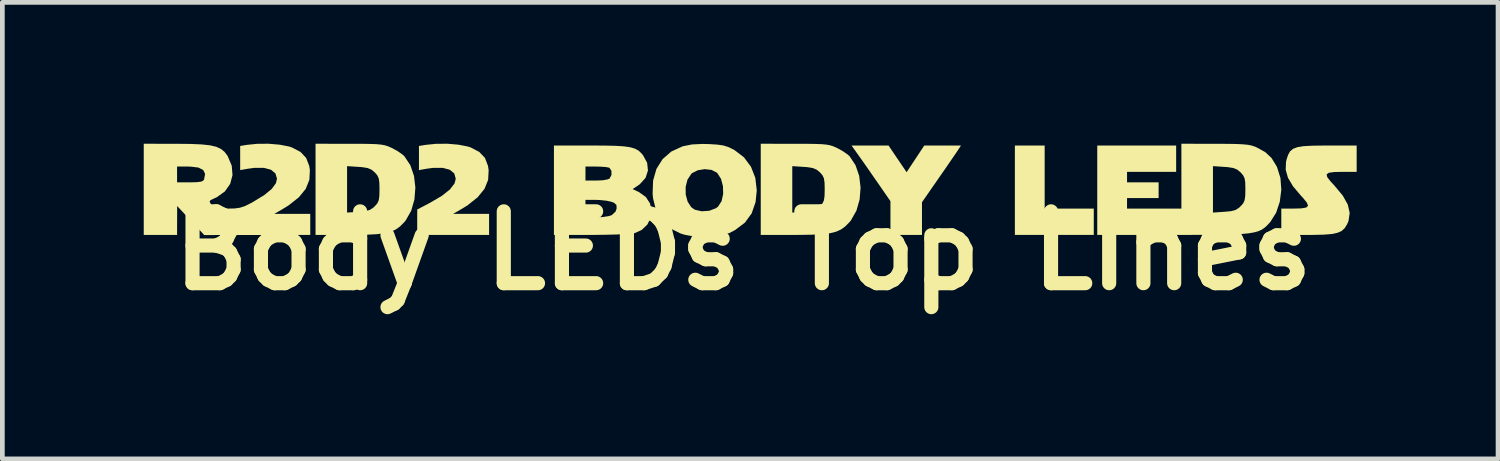
<source format=kicad_pcb>
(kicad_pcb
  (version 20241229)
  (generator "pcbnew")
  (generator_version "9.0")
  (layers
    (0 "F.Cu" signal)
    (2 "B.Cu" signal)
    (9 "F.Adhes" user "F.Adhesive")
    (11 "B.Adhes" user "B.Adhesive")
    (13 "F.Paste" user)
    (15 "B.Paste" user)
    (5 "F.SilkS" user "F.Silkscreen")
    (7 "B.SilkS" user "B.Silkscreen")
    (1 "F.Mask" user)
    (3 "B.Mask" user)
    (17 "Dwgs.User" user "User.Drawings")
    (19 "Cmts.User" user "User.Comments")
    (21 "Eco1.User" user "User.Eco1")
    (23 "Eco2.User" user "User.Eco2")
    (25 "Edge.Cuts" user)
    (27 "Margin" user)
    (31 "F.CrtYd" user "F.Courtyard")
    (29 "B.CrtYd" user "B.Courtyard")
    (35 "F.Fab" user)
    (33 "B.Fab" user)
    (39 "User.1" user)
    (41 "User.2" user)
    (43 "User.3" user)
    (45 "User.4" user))
  (footprint "Body LEDs Top Lines"
    (layer "F.Cu")
    (at 12.719 2.269)
    (property "Reference" "Body LEDs Top Lines" (at 0 0 0) (layer "F.SilkS") (effects (font (size 1.524 1.524) (thickness 0.3))))
    (attr board_only exclude_from_pos_files exclude_from_bom)
    (fp_poly (pts (xy 6.396 -0.893) (xy 7.438 -0.893) (xy 7.438 -0.335) (xy 5.764 -0.335) (xy 5.764 -2.231) (xy 6.396 -2.231)) (stroke (width 0) (type solid)) (fill yes) (layer "F.SilkS"))
    (fp_poly (pts (xy 3.275 -1.948) (xy 3.467 -1.665) (xy 3.654 -1.948) (xy 3.841 -2.231) (xy 4.62 -2.231) (xy 4.553 -2.129) (xy 4.51 -2.064) (xy 4.432 -1.951) (xy 4.331 -1.803) (xy 4.213 -1.633) (xy 4.14 -1.528) (xy 3.793 -1.028) (xy 3.793 -0.335) (xy 3.124 -0.335) (xy 3.124 -1.05) (xy 2.877 -1.408) (xy 2.757 -1.58) (xy 2.634 -1.758) (xy 2.523 -1.916) (xy 2.464 -1.999) (xy 2.299 -2.231) (xy 3.084 -2.231)) (stroke (width 0) (type solid)) (fill yes) (layer "F.SilkS"))
    (fp_poly (pts (xy -6.041 -2.249) (xy -5.845 -2.211) (xy -5.785 -2.192) (xy -5.601 -2.096) (xy -5.479 -1.968) (xy -5.414 -1.796) (xy -5.401 -1.708) (xy -5.412 -1.503) (xy -5.489 -1.312) (xy -5.635 -1.133) (xy -5.85 -0.962) (xy -5.992 -0.875) (xy -6.155 -0.782) (xy -5.774 -0.781) (xy -5.392 -0.781) (xy -5.392 -0.335) (xy -6.917 -0.335) (xy -6.917 -0.604) (xy -6.916 -0.874) (xy -6.635 -1.022) (xy -6.393 -1.164) (xy -6.223 -1.299) (xy -6.125 -1.426) (xy -6.099 -1.526) (xy -6.131 -1.639) (xy -6.225 -1.717) (xy -6.374 -1.757) (xy -6.574 -1.758) (xy -6.722 -1.738) (xy -6.88 -1.71) (xy -6.88 -2.222) (xy -6.74 -2.245) (xy -6.515 -2.268) (xy -6.273 -2.269)) (stroke (width 0) (type solid)) (fill yes) (layer "F.SilkS"))
    (fp_poly (pts (xy 13.016 -1.673) (xy 12.728 -1.673) (xy 12.543 -1.669) (xy 12.428 -1.654) (xy 12.379 -1.621) (xy 12.391 -1.562) (xy 12.46 -1.472) (xy 12.545 -1.38) (xy 12.721 -1.169) (xy 12.828 -0.978) (xy 12.868 -0.8) (xy 12.843 -0.63) (xy 12.811 -0.557) (xy 12.762 -0.478) (xy 12.699 -0.42) (xy 12.611 -0.38) (xy 12.488 -0.354) (xy 12.317 -0.34) (xy 12.088 -0.335) (xy 11.977 -0.335) (xy 11.417 -0.335) (xy 11.417 -0.893) (xy 11.668 -0.893) (xy 11.842 -0.898) (xy 11.945 -0.915) (xy 11.984 -0.953) (xy 11.961 -1.017) (xy 11.882 -1.115) (xy 11.838 -1.162) (xy 11.667 -1.364) (xy 11.559 -1.546) (xy 11.51 -1.717) (xy 11.517 -1.886) (xy 11.528 -1.933) (xy 11.561 -2.033) (xy 11.603 -2.108) (xy 11.666 -2.161) (xy 11.76 -2.197) (xy 11.894 -2.218) (xy 12.081 -2.228) (xy 12.329 -2.231) (xy 12.389 -2.231) (xy 13.016 -2.231)) (stroke (width 0) (type solid)) (fill yes) (layer "F.SilkS"))
    (fp_poly (pts (xy -8.358 -2.268) (xy -8.108 -2.268) (xy -7.919 -2.265) (xy -7.78 -2.26) (xy -7.677 -2.25) (xy -7.598 -2.235) (xy -7.531 -2.213) (xy -7.463 -2.183) (xy -7.456 -2.18) (xy -7.334 -2.113) (xy -7.229 -2.04) (xy -7.189 -2.004) (xy -7.063 -1.814) (xy -6.985 -1.587) (xy -6.956 -1.338) (xy -6.976 -1.086) (xy -7.044 -0.849) (xy -7.16 -0.643) (xy -7.2 -0.596) (xy -7.283 -0.513) (xy -7.371 -0.45) (xy -7.475 -0.403) (xy -7.607 -0.37) (xy -7.776 -0.35) (xy -7.995 -0.339) (xy -8.273 -0.335) (xy -8.374 -0.335) (xy -9.074 -0.335) (xy -9.074 -1.794) (xy -8.405 -1.794) (xy -8.405 -0.809) (xy -8.162 -0.825) (xy -8.018 -0.839) (xy -7.923 -0.865) (xy -7.85 -0.912) (xy -7.818 -0.942) (xy -7.763 -1.004) (xy -7.733 -1.07) (xy -7.72 -1.163) (xy -7.717 -1.302) (xy -7.72 -1.444) (xy -7.734 -1.536) (xy -7.765 -1.601) (xy -7.818 -1.662) (xy -7.889 -1.72) (xy -7.971 -1.754) (xy -8.09 -1.773) (xy -8.162 -1.778) (xy -8.405 -1.794) (xy -9.074 -1.794) (xy -9.074 -2.269)) (stroke (width 0) (type solid)) (fill yes) (layer "F.SilkS"))
    (fp_poly (pts (xy 1.088 -2.268) (xy 1.338 -2.268) (xy 1.527 -2.265) (xy 1.666 -2.26) (xy 1.769 -2.25) (xy 1.848 -2.235) (xy 1.915 -2.213) (xy 1.983 -2.183) (xy 1.99 -2.18) (xy 2.112 -2.113) (xy 2.217 -2.04) (xy 2.257 -2.004) (xy 2.383 -1.814) (xy 2.461 -1.587) (xy 2.49 -1.338) (xy 2.47 -1.086) (xy 2.402 -0.849) (xy 2.286 -0.643) (xy 2.246 -0.596) (xy 2.163 -0.513) (xy 2.075 -0.45) (xy 1.971 -0.403) (xy 1.839 -0.37) (xy 1.67 -0.35) (xy 1.451 -0.339) (xy 1.173 -0.335) (xy 1.072 -0.335) (xy 0.372 -0.335) (xy 0.372 -1.794) (xy 1.041 -1.794) (xy 1.041 -0.809) (xy 1.284 -0.825) (xy 1.428 -0.839) (xy 1.523 -0.865) (xy 1.596 -0.912) (xy 1.628 -0.942) (xy 1.682 -1.004) (xy 1.713 -1.07) (xy 1.726 -1.163) (xy 1.729 -1.302) (xy 1.726 -1.444) (xy 1.712 -1.536) (xy 1.681 -1.601) (xy 1.628 -1.662) (xy 1.557 -1.72) (xy 1.475 -1.754) (xy 1.356 -1.773) (xy 1.284 -1.778) (xy 1.041 -1.794) (xy 0.372 -1.794) (xy 0.372 -2.269)) (stroke (width 0) (type solid)) (fill yes) (layer "F.SilkS"))
    (fp_poly (pts (xy -0.727 -2.262) (xy -0.551 -2.251) (xy -0.424 -2.233) (xy -0.32 -2.201) (xy -0.212 -2.149) (xy -0.184 -2.134) (xy 0.016 -1.981) (xy 0.165 -1.781) (xy 0.257 -1.545) (xy 0.288 -1.281) (xy 0.262 -1.03) (xy 0.179 -0.791) (xy 0.036 -0.595) (xy -0.168 -0.441) (xy -0.189 -0.429) (xy -0.292 -0.376) (xy -0.387 -0.343) (xy -0.495 -0.323) (xy -0.64 -0.312) (xy -0.762 -0.307) (xy -0.966 -0.305) (xy -1.119 -0.315) (xy -1.246 -0.339) (xy -1.332 -0.366) (xy -1.56 -0.48) (xy -1.732 -0.641) (xy -1.849 -0.851) (xy -1.913 -1.113) (xy -1.922 -1.204) (xy -1.917 -1.353) (xy -1.221 -1.353) (xy -1.22 -1.191) (xy -1.179 -1.041) (xy -1.103 -0.923) (xy -1.028 -0.87) (xy -0.881 -0.836) (xy -0.721 -0.847) (xy -0.581 -0.9) (xy -0.533 -0.936) (xy -0.459 -1.051) (xy -0.425 -1.204) (xy -0.43 -1.371) (xy -0.472 -1.527) (xy -0.551 -1.648) (xy -0.559 -1.656) (xy -0.672 -1.714) (xy -0.816 -1.73) (xy -0.963 -1.707) (xy -1.084 -1.646) (xy -1.102 -1.629) (xy -1.183 -1.506) (xy -1.221 -1.353) (xy -1.917 -1.353) (xy -1.912 -1.488) (xy -1.841 -1.735) (xy -1.711 -1.942) (xy -1.527 -2.103) (xy -1.292 -2.212) (xy -1.269 -2.218) (xy -1.089 -2.254) (xy -0.869 -2.265)) (stroke (width 0) (type solid)) (fill yes) (layer "F.SilkS"))
    (fp_poly (pts (xy -2.939 -2.23) (xy -2.708 -2.225) (xy -2.532 -2.214) (xy -2.4 -2.195) (xy -2.302 -2.167) (xy -2.228 -2.128) (xy -2.168 -2.075) (xy -2.127 -2.028) (xy -2.038 -1.864) (xy -2.021 -1.7) (xy -2.072 -1.545) (xy -2.192 -1.412) (xy -2.224 -1.389) (xy -2.346 -1.307) (xy -2.21 -1.242) (xy -2.066 -1.139) (xy -1.978 -1.004) (xy -1.944 -0.852) (xy -1.963 -0.697) (xy -2.033 -0.555) (xy -2.154 -0.44) (xy -2.304 -0.372) (xy -2.38 -0.361) (xy -2.518 -0.351) (xy -2.703 -0.343) (xy -2.922 -0.338) (xy -3.163 -0.335) (xy -3.226 -0.335) (xy -4.016 -0.335) (xy -4.016 -0.707) (xy -3.347 -0.707) (xy -3.115 -0.707) (xy -2.974 -0.715) (xy -2.852 -0.734) (xy -2.789 -0.754) (xy -2.708 -0.831) (xy -2.685 -0.898) (xy -2.69 -0.971) (xy -2.74 -1.016) (xy -2.793 -1.037) (xy -2.898 -1.06) (xy -3.039 -1.075) (xy -3.129 -1.078) (xy -3.347 -1.078) (xy -3.347 -0.707) (xy -4.016 -0.707) (xy -4.016 -1.488) (xy -3.347 -1.488) (xy -3.113 -1.488) (xy -2.978 -1.494) (xy -2.876 -1.513) (xy -2.834 -1.532) (xy -2.795 -1.608) (xy -2.796 -1.694) (xy -2.835 -1.755) (xy -2.848 -1.762) (xy -2.916 -1.775) (xy -3.03 -1.783) (xy -3.127 -1.785) (xy -3.347 -1.785) (xy -3.347 -1.488) (xy -4.016 -1.488) (xy -4.016 -2.231) (xy -3.234 -2.231)) (stroke (width 0) (type solid)) (fill yes) (layer "F.SilkS"))
    (fp_poly (pts (xy 10.013 -2.268) (xy 10.267 -2.267) (xy 10.459 -2.264) (xy 10.602 -2.257) (xy 10.707 -2.247) (xy 10.787 -2.231) (xy 10.854 -2.209) (xy 10.896 -2.191) (xy 11.078 -2.09) (xy 11.21 -1.966) (xy 11.315 -1.795) (xy 11.329 -1.766) (xy 11.399 -1.541) (xy 11.417 -1.292) (xy 11.385 -1.039) (xy 11.307 -0.805) (xy 11.185 -0.611) (xy 11.171 -0.596) (xy 11.116 -0.536) (xy 11.062 -0.487) (xy 11.002 -0.446) (xy 10.93 -0.413) (xy 10.838 -0.388) (xy 10.72 -0.368) (xy 10.568 -0.354) (xy 10.376 -0.345) (xy 10.137 -0.339) (xy 9.844 -0.336) (xy 9.49 -0.335) (xy 9.105 -0.335) (xy 7.512 -0.335) (xy 7.512 -2.231) (xy 9.186 -2.231) (xy 9.186 -1.673) (xy 8.144 -1.673) (xy 8.144 -1.45) (xy 8.814 -1.45) (xy 8.814 -1.116) (xy 8.144 -1.116) (xy 8.144 -0.893) (xy 9.297 -0.893) (xy 9.297 -1.794) (xy 9.967 -1.794) (xy 9.967 -0.809) (xy 10.209 -0.825) (xy 10.353 -0.839) (xy 10.449 -0.865) (xy 10.521 -0.912) (xy 10.553 -0.942) (xy 10.608 -1.004) (xy 10.638 -1.07) (xy 10.652 -1.163) (xy 10.655 -1.302) (xy 10.652 -1.444) (xy 10.638 -1.536) (xy 10.606 -1.601) (xy 10.553 -1.662) (xy 10.482 -1.72) (xy 10.4 -1.754) (xy 10.281 -1.773) (xy 10.209 -1.778) (xy 9.967 -1.794) (xy 9.297 -1.794) (xy 9.297 -2.269)) (stroke (width 0) (type solid)) (fill yes) (layer "F.SilkS"))
    (fp_poly (pts (xy -9.834 -2.249) (xy -9.638 -2.211) (xy -9.578 -2.192) (xy -9.394 -2.096) (xy -9.273 -1.968) (xy -9.207 -1.796) (xy -9.194 -1.708) (xy -9.205 -1.503) (xy -9.282 -1.312) (xy -9.428 -1.133) (xy -9.644 -0.962) (xy -9.786 -0.875) (xy -9.948 -0.782) (xy -9.567 -0.781) (xy -9.186 -0.781) (xy -9.186 -0.335) (xy -10.311 -0.333) (xy -11.436 -0.332) (xy -11.723 -0.64) (xy -12.01 -0.948) (xy -12.011 -0.642) (xy -12.012 -0.335) (xy -12.719 -0.335) (xy -12.719 -1.45) (xy -12.012 -1.45) (xy -11.737 -1.45) (xy -11.587 -1.454) (xy -11.497 -1.466) (xy -11.451 -1.491) (xy -11.44 -1.509) (xy -11.417 -1.628) (xy -11.457 -1.712) (xy -11.56 -1.764) (xy -11.729 -1.784) (xy -11.773 -1.785) (xy -12.012 -1.785) (xy -12.012 -1.45) (xy -12.719 -1.45) (xy -12.719 -2.269) (xy -12.021 -2.268) (xy -11.725 -2.265) (xy -11.493 -2.255) (xy -11.315 -2.236) (xy -11.181 -2.205) (xy -11.081 -2.159) (xy -11.006 -2.098) (xy -10.944 -2.017) (xy -10.937 -2.004) (xy -10.852 -1.803) (xy -10.836 -1.604) (xy -10.885 -1.418) (xy -10.997 -1.258) (xy -11.166 -1.136) (xy -11.223 -1.11) (xy -11.302 -1.073) (xy -11.322 -1.04) (xy -11.293 -0.987) (xy -11.286 -0.976) (xy -11.247 -0.933) (xy -11.195 -0.908) (xy -11.11 -0.896) (xy -10.973 -0.893) (xy -10.941 -0.893) (xy -10.789 -0.896) (xy -10.677 -0.912) (xy -10.572 -0.946) (xy -10.446 -1.009) (xy -10.389 -1.041) (xy -10.16 -1.182) (xy -10.003 -1.311) (xy -9.915 -1.432) (xy -9.892 -1.527) (xy -9.925 -1.639) (xy -10.018 -1.717) (xy -10.167 -1.757) (xy -10.367 -1.758) (xy -10.515 -1.738) (xy -10.673 -1.71) (xy -10.673 -2.222) (xy -10.534 -2.245) (xy -10.309 -2.268) (xy -10.067 -2.269)) (stroke (width 0) (type solid)) (fill yes) (layer "F.SilkS")))
  (gr_rect
    (start -3 -3)
    (end 28.735 6.687)
    (stroke (width 0.1) (type default))
    (fill no)
    (layer "Edge.Cuts")))
</source>
